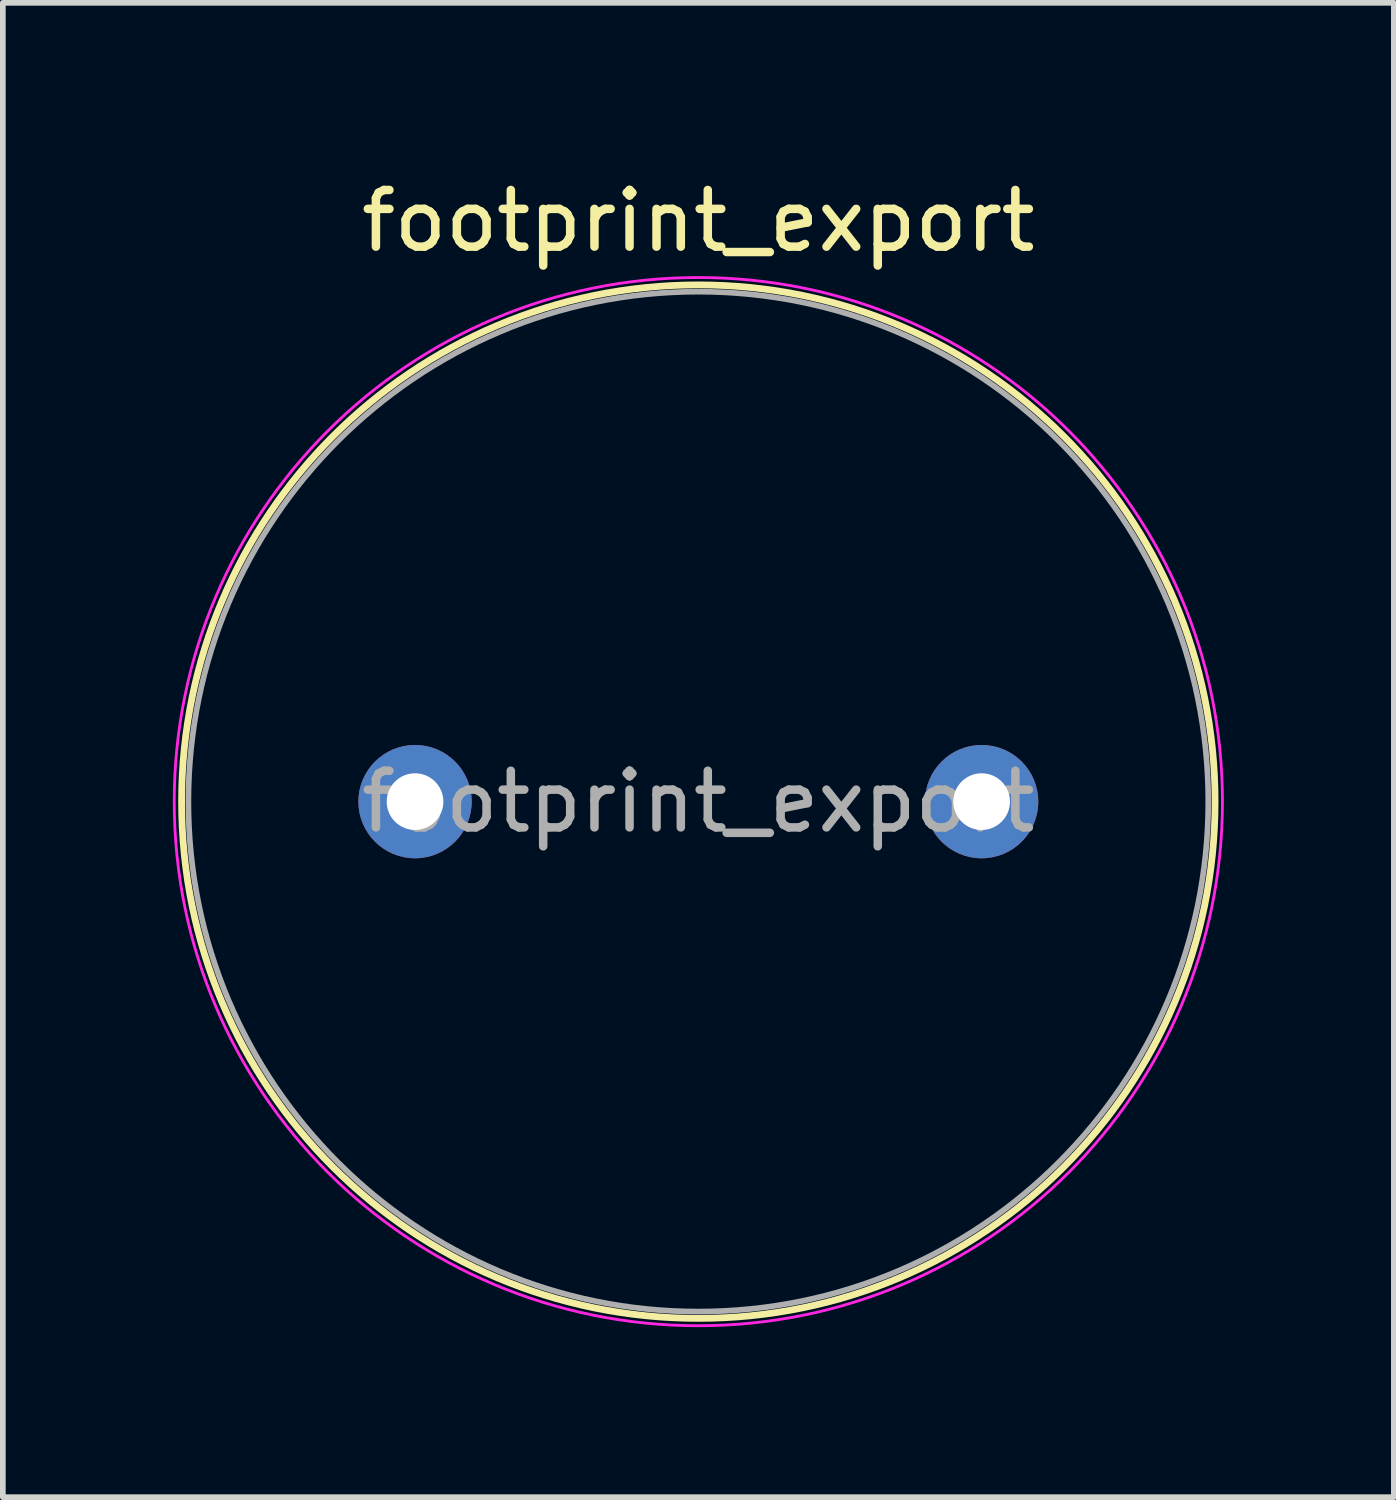
<source format=kicad_pcb>
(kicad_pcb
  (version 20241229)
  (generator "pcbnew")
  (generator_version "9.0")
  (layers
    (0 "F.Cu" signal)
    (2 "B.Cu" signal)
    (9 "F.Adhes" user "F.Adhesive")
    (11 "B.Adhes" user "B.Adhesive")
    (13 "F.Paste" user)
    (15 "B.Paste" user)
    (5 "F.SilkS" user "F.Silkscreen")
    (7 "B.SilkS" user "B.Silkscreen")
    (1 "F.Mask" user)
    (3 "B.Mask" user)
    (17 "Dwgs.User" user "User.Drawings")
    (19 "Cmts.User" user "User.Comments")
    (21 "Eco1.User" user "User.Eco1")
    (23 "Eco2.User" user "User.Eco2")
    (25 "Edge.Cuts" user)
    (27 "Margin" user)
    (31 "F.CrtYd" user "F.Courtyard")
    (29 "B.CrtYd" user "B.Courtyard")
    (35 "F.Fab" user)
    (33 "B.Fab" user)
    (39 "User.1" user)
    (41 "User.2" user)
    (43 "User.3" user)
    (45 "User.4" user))
  (footprint "footprint_export"
    (layer "F.Cu")
    (at 4.275 11.098)
    (property "Reference" "footprint_export" (at 5 -10.25 0) (layer "F.SilkS") (effects (font (size 1 1) (thickness 0.15))))
    (attr through_hole)
    (fp_circle (center 5 0) (end 14.12 0) (stroke (width 0.12) (type solid)) (fill no) (layer "F.SilkS"))
    (fp_circle (center 5 0) (end 14.25 0) (stroke (width 0.05) (type solid)) (fill no) (layer "F.CrtYd"))
    (fp_circle (center 5 0) (end 14 0) (stroke (width 0.1) (type solid)) (fill no) (layer "F.Fab"))
    (fp_text user "${REFERENCE}" (at 5 0 0) (layer "F.Fab") (effects (font (size 1 1) (thickness 0.15))))
    (pad "1" thru_hole circle (at 0 0) (size 2 2) (drill 1) (layers "*.Cu" "*.Mask"))
    (pad "2" thru_hole circle (at 10 0) (size 2 2) (drill 1) (layers "*.Cu" "*.Mask")))
  (gr_rect
    (start -3 -3)
    (end 21.55 23.373)
    (stroke (width 0.1) (type default))
    (fill no)
    (layer "Edge.Cuts")))
</source>
